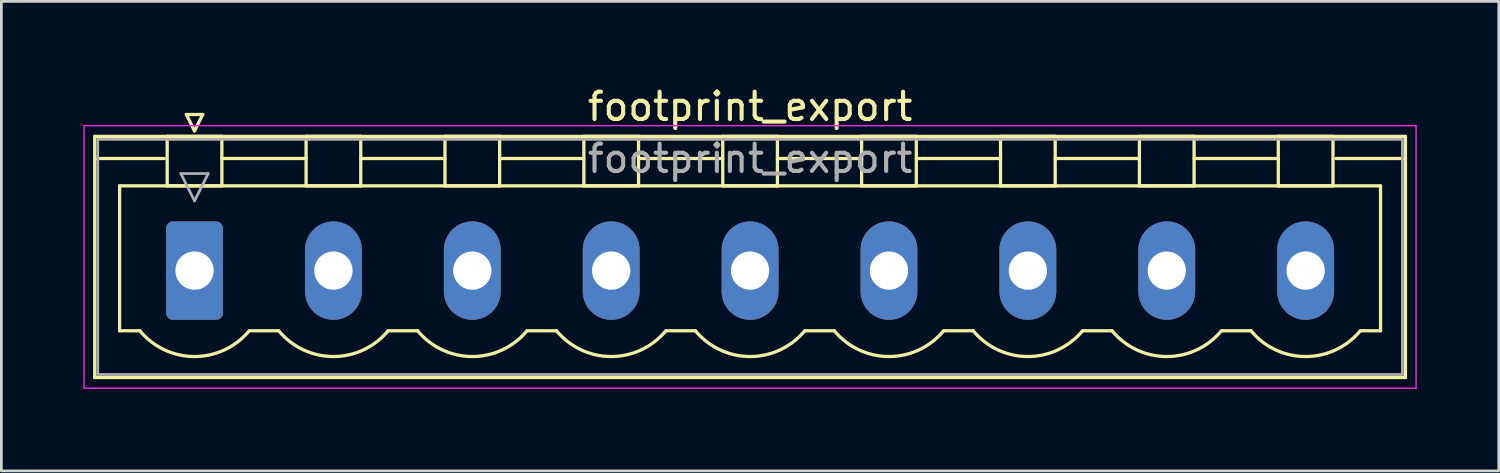
<source format=kicad_pcb>
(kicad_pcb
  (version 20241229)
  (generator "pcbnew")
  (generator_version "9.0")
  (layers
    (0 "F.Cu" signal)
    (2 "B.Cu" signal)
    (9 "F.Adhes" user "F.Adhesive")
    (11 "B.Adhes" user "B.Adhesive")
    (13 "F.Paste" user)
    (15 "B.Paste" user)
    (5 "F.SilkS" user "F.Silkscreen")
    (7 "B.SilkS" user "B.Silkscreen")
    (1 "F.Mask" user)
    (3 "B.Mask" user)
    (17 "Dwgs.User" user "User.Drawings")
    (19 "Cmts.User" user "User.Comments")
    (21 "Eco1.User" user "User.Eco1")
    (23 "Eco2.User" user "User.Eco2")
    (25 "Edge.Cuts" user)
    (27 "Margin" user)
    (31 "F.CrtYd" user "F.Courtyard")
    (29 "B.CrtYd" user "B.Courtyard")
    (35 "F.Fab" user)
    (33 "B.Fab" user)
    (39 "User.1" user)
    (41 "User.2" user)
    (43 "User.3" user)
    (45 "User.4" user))
  (footprint "footprint_export"
    (layer "F.Cu")
    (at 4.065 6.848)
    (property "Reference" "footprint_export" (at 20.32 -6 0) (layer "F.SilkS") (effects (font (size 1 1) (thickness 0.15))))
    (attr through_hole)
    (fp_line (start -3.65 -4.91) (end -3.65 3.91) (stroke (width 0.12) (type solid)) (layer "F.SilkS"))
    (fp_line (start -3.65 -4.1) (end -1.11 -4.1) (stroke (width 0.12) (type solid)) (layer "F.SilkS"))
    (fp_line (start -3.65 3.91) (end 44.29 3.91) (stroke (width 0.12) (type solid)) (layer "F.SilkS"))
    (fp_line (start -2.74 -3.1) (end 43.38 -3.1) (stroke (width 0.12) (type solid)) (layer "F.SilkS"))
    (fp_line (start -2.74 2.2) (end -2.74 -3.1) (stroke (width 0.12) (type solid)) (layer "F.SilkS"))
    (fp_line (start -2 2.2) (end -2.74 2.2) (stroke (width 0.12) (type solid)) (layer "F.SilkS"))
    (fp_line (start -1 -4.91) (end 1 -4.91) (stroke (width 0.12) (type solid)) (layer "F.SilkS"))
    (fp_line (start -1 -3.1) (end -1 -4.91) (stroke (width 0.12) (type solid)) (layer "F.SilkS"))
    (fp_line (start -0.3 -5.71) (end 0.3 -5.71) (stroke (width 0.12) (type solid)) (layer "F.SilkS"))
    (fp_line (start 0 -5.11) (end -0.3 -5.71) (stroke (width 0.12) (type solid)) (layer "F.SilkS"))
    (fp_line (start 0.3 -5.71) (end 0 -5.11) (stroke (width 0.12) (type solid)) (layer "F.SilkS"))
    (fp_line (start 1 -4.91) (end 1 -3.1) (stroke (width 0.12) (type solid)) (layer "F.SilkS"))
    (fp_line (start 1 -4.1) (end 4.08 -4.1) (stroke (width 0.12) (type solid)) (layer "F.SilkS"))
    (fp_line (start 1 -3.1) (end -1 -3.1) (stroke (width 0.12) (type solid)) (layer "F.SilkS"))
    (fp_line (start 2 2.2) (end 3.08 2.2) (stroke (width 0.12) (type solid)) (layer "F.SilkS"))
    (fp_line (start 4.08 -4.91) (end 6.08 -4.91) (stroke (width 0.12) (type solid)) (layer "F.SilkS"))
    (fp_line (start 4.08 -3.1) (end 4.08 -4.91) (stroke (width 0.12) (type solid)) (layer "F.SilkS"))
    (fp_line (start 6.08 -4.91) (end 6.08 -3.1) (stroke (width 0.12) (type solid)) (layer "F.SilkS"))
    (fp_line (start 6.08 -4.1) (end 9.16 -4.1) (stroke (width 0.12) (type solid)) (layer "F.SilkS"))
    (fp_line (start 6.08 -3.1) (end 4.08 -3.1) (stroke (width 0.12) (type solid)) (layer "F.SilkS"))
    (fp_line (start 7.08 2.2) (end 8.16 2.2) (stroke (width 0.12) (type solid)) (layer "F.SilkS"))
    (fp_line (start 9.16 -4.91) (end 11.16 -4.91) (stroke (width 0.12) (type solid)) (layer "F.SilkS"))
    (fp_line (start 9.16 -3.1) (end 9.16 -4.91) (stroke (width 0.12) (type solid)) (layer "F.SilkS"))
    (fp_line (start 11.16 -4.91) (end 11.16 -3.1) (stroke (width 0.12) (type solid)) (layer "F.SilkS"))
    (fp_line (start 11.16 -4.1) (end 14.24 -4.1) (stroke (width 0.12) (type solid)) (layer "F.SilkS"))
    (fp_line (start 11.16 -3.1) (end 9.16 -3.1) (stroke (width 0.12) (type solid)) (layer "F.SilkS"))
    (fp_line (start 12.16 2.2) (end 13.24 2.2) (stroke (width 0.12) (type solid)) (layer "F.SilkS"))
    (fp_line (start 14.24 -4.91) (end 16.24 -4.91) (stroke (width 0.12) (type solid)) (layer "F.SilkS"))
    (fp_line (start 14.24 -3.1) (end 14.24 -4.91) (stroke (width 0.12) (type solid)) (layer "F.SilkS"))
    (fp_line (start 16.24 -4.91) (end 16.24 -3.1) (stroke (width 0.12) (type solid)) (layer "F.SilkS"))
    (fp_line (start 16.24 -4.1) (end 19.32 -4.1) (stroke (width 0.12) (type solid)) (layer "F.SilkS"))
    (fp_line (start 16.24 -3.1) (end 14.24 -3.1) (stroke (width 0.12) (type solid)) (layer "F.SilkS"))
    (fp_line (start 17.24 2.2) (end 18.32 2.2) (stroke (width 0.12) (type solid)) (layer "F.SilkS"))
    (fp_line (start 19.32 -4.91) (end 21.32 -4.91) (stroke (width 0.12) (type solid)) (layer "F.SilkS"))
    (fp_line (start 19.32 -3.1) (end 19.32 -4.91) (stroke (width 0.12) (type solid)) (layer "F.SilkS"))
    (fp_line (start 21.32 -4.91) (end 21.32 -3.1) (stroke (width 0.12) (type solid)) (layer "F.SilkS"))
    (fp_line (start 21.32 -4.1) (end 24.4 -4.1) (stroke (width 0.12) (type solid)) (layer "F.SilkS"))
    (fp_line (start 21.32 -3.1) (end 19.32 -3.1) (stroke (width 0.12) (type solid)) (layer "F.SilkS"))
    (fp_line (start 22.32 2.2) (end 23.4 2.2) (stroke (width 0.12) (type solid)) (layer "F.SilkS"))
    (fp_line (start 24.4 -4.91) (end 26.4 -4.91) (stroke (width 0.12) (type solid)) (layer "F.SilkS"))
    (fp_line (start 24.4 -3.1) (end 24.4 -4.91) (stroke (width 0.12) (type solid)) (layer "F.SilkS"))
    (fp_line (start 26.4 -4.91) (end 26.4 -3.1) (stroke (width 0.12) (type solid)) (layer "F.SilkS"))
    (fp_line (start 26.4 -4.1) (end 29.48 -4.1) (stroke (width 0.12) (type solid)) (layer "F.SilkS"))
    (fp_line (start 26.4 -3.1) (end 24.4 -3.1) (stroke (width 0.12) (type solid)) (layer "F.SilkS"))
    (fp_line (start 27.4 2.2) (end 28.48 2.2) (stroke (width 0.12) (type solid)) (layer "F.SilkS"))
    (fp_line (start 29.48 -4.91) (end 31.48 -4.91) (stroke (width 0.12) (type solid)) (layer "F.SilkS"))
    (fp_line (start 29.48 -3.1) (end 29.48 -4.91) (stroke (width 0.12) (type solid)) (layer "F.SilkS"))
    (fp_line (start 31.48 -4.91) (end 31.48 -3.1) (stroke (width 0.12) (type solid)) (layer "F.SilkS"))
    (fp_line (start 31.48 -4.1) (end 34.56 -4.1) (stroke (width 0.12) (type solid)) (layer "F.SilkS"))
    (fp_line (start 31.48 -3.1) (end 29.48 -3.1) (stroke (width 0.12) (type solid)) (layer "F.SilkS"))
    (fp_line (start 32.48 2.2) (end 33.56 2.2) (stroke (width 0.12) (type solid)) (layer "F.SilkS"))
    (fp_line (start 34.56 -4.91) (end 36.56 -4.91) (stroke (width 0.12) (type solid)) (layer "F.SilkS"))
    (fp_line (start 34.56 -3.1) (end 34.56 -4.91) (stroke (width 0.12) (type solid)) (layer "F.SilkS"))
    (fp_line (start 36.56 -4.91) (end 36.56 -3.1) (stroke (width 0.12) (type solid)) (layer "F.SilkS"))
    (fp_line (start 36.56 -4.1) (end 39.64 -4.1) (stroke (width 0.12) (type solid)) (layer "F.SilkS"))
    (fp_line (start 36.56 -3.1) (end 34.56 -3.1) (stroke (width 0.12) (type solid)) (layer "F.SilkS"))
    (fp_line (start 37.56 2.2) (end 38.64 2.2) (stroke (width 0.12) (type solid)) (layer "F.SilkS"))
    (fp_line (start 39.64 -4.91) (end 41.64 -4.91) (stroke (width 0.12) (type solid)) (layer "F.SilkS"))
    (fp_line (start 39.64 -3.1) (end 39.64 -4.91) (stroke (width 0.12) (type solid)) (layer "F.SilkS"))
    (fp_line (start 41.64 -4.91) (end 41.64 -3.1) (stroke (width 0.12) (type solid)) (layer "F.SilkS"))
    (fp_line (start 41.64 -3.1) (end 39.64 -3.1) (stroke (width 0.12) (type solid)) (layer "F.SilkS"))
    (fp_line (start 43.38 -3.1) (end 43.38 2.2) (stroke (width 0.12) (type solid)) (layer "F.SilkS"))
    (fp_line (start 43.38 2.2) (end 42.64 2.2) (stroke (width 0.12) (type solid)) (layer "F.SilkS"))
    (fp_line (start 44.29 -4.91) (end -3.65 -4.91) (stroke (width 0.12) (type solid)) (layer "F.SilkS"))
    (fp_line (start 44.29 -4.1) (end 41.75 -4.1) (stroke (width 0.12) (type solid)) (layer "F.SilkS"))
    (fp_line (start 44.29 3.91) (end 44.29 -4.91) (stroke (width 0.12) (type solid)) (layer "F.SilkS"))
    (fp_arc (start 1.986842 2.215821) (mid -0.010289 3.142758) (end -2 2.2) (stroke (width 0.12) (type solid)) (layer "F.SilkS"))
    (fp_arc (start 7.066842 2.215821) (mid 5.069711 3.142758) (end 3.08 2.2) (stroke (width 0.12) (type solid)) (layer "F.SilkS"))
    (fp_arc (start 12.146842 2.215821) (mid 10.149711 3.142758) (end 8.16 2.2) (stroke (width 0.12) (type solid)) (layer "F.SilkS"))
    (fp_arc (start 17.226842 2.215821) (mid 15.229711 3.142758) (end 13.24 2.2) (stroke (width 0.12) (type solid)) (layer "F.SilkS"))
    (fp_arc (start 22.306842 2.215821) (mid 20.309711 3.142758) (end 18.32 2.2) (stroke (width 0.12) (type solid)) (layer "F.SilkS"))
    (fp_arc (start 27.386842 2.215821) (mid 25.389711 3.142758) (end 23.4 2.2) (stroke (width 0.12) (type solid)) (layer "F.SilkS"))
    (fp_arc (start 32.466842 2.215821) (mid 30.469711 3.142758) (end 28.48 2.2) (stroke (width 0.12) (type solid)) (layer "F.SilkS"))
    (fp_arc (start 37.546842 2.215821) (mid 35.549711 3.142758) (end 33.56 2.2) (stroke (width 0.12) (type solid)) (layer "F.SilkS"))
    (fp_arc (start 42.626842 2.215821) (mid 40.629711 3.142758) (end 38.64 2.2) (stroke (width 0.12) (type solid)) (layer "F.SilkS"))
    (fp_line (start -4.04 -5.3) (end -4.04 4.3) (stroke (width 0.05) (type solid)) (layer "F.CrtYd"))
    (fp_line (start -4.04 4.3) (end 44.68 4.3) (stroke (width 0.05) (type solid)) (layer "F.CrtYd"))
    (fp_line (start 44.68 -5.3) (end -4.04 -5.3) (stroke (width 0.05) (type solid)) (layer "F.CrtYd"))
    (fp_line (start 44.68 4.3) (end 44.68 -5.3) (stroke (width 0.05) (type solid)) (layer "F.CrtYd"))
    (fp_line (start -3.54 -4.8) (end -3.54 3.8) (stroke (width 0.1) (type solid)) (layer "F.Fab"))
    (fp_line (start -3.54 3.8) (end 44.18 3.8) (stroke (width 0.1) (type solid)) (layer "F.Fab"))
    (fp_line (start -0.5 -3.55) (end 0.5 -3.55) (stroke (width 0.1) (type solid)) (layer "F.Fab"))
    (fp_line (start 0 -2.55) (end -0.5 -3.55) (stroke (width 0.1) (type solid)) (layer "F.Fab"))
    (fp_line (start 0.5 -3.55) (end 0 -2.55) (stroke (width 0.1) (type solid)) (layer "F.Fab"))
    (fp_line (start 44.18 -4.8) (end -3.54 -4.8) (stroke (width 0.1) (type solid)) (layer "F.Fab"))
    (fp_line (start 44.18 3.8) (end 44.18 -4.8) (stroke (width 0.1) (type solid)) (layer "F.Fab"))
    (fp_text user "${REFERENCE}" (at 20.32 -4.1 0) (layer "F.Fab") (effects (font (size 1 1) (thickness 0.15))))
    (pad "1" thru_hole roundrect (at 0 0) (size 2.08 3.6) (drill 1.4) (layers "*.Cu" "*.Mask") (roundrect_rratio 0.12))
    (pad "2" thru_hole oval (at 5.08 0) (size 2.08 3.6) (drill 1.4) (layers "*.Cu" "*.Mask"))
    (pad "3" thru_hole oval (at 10.16 0) (size 2.08 3.6) (drill 1.4) (layers "*.Cu" "*.Mask"))
    (pad "4" thru_hole oval (at 15.24 0) (size 2.08 3.6) (drill 1.4) (layers "*.Cu" "*.Mask"))
    (pad "5" thru_hole oval (at 20.32 0) (size 2.08 3.6) (drill 1.4) (layers "*.Cu" "*.Mask"))
    (pad "6" thru_hole oval (at 25.4 0) (size 2.08 3.6) (drill 1.4) (layers "*.Cu" "*.Mask"))
    (pad "7" thru_hole oval (at 30.48 0) (size 2.08 3.6) (drill 1.4) (layers "*.Cu" "*.Mask"))
    (pad "8" thru_hole oval (at 35.56 0) (size 2.08 3.6) (drill 1.4) (layers "*.Cu" "*.Mask"))
    (pad "9" thru_hole oval (at 40.64 0) (size 2.08 3.6) (drill 1.4) (layers "*.Cu" "*.Mask")))
  (gr_rect
    (start -3 -3)
    (end 51.77 14.173)
    (stroke (width 0.1) (type default))
    (fill no)
    (layer "Edge.Cuts")))
</source>
